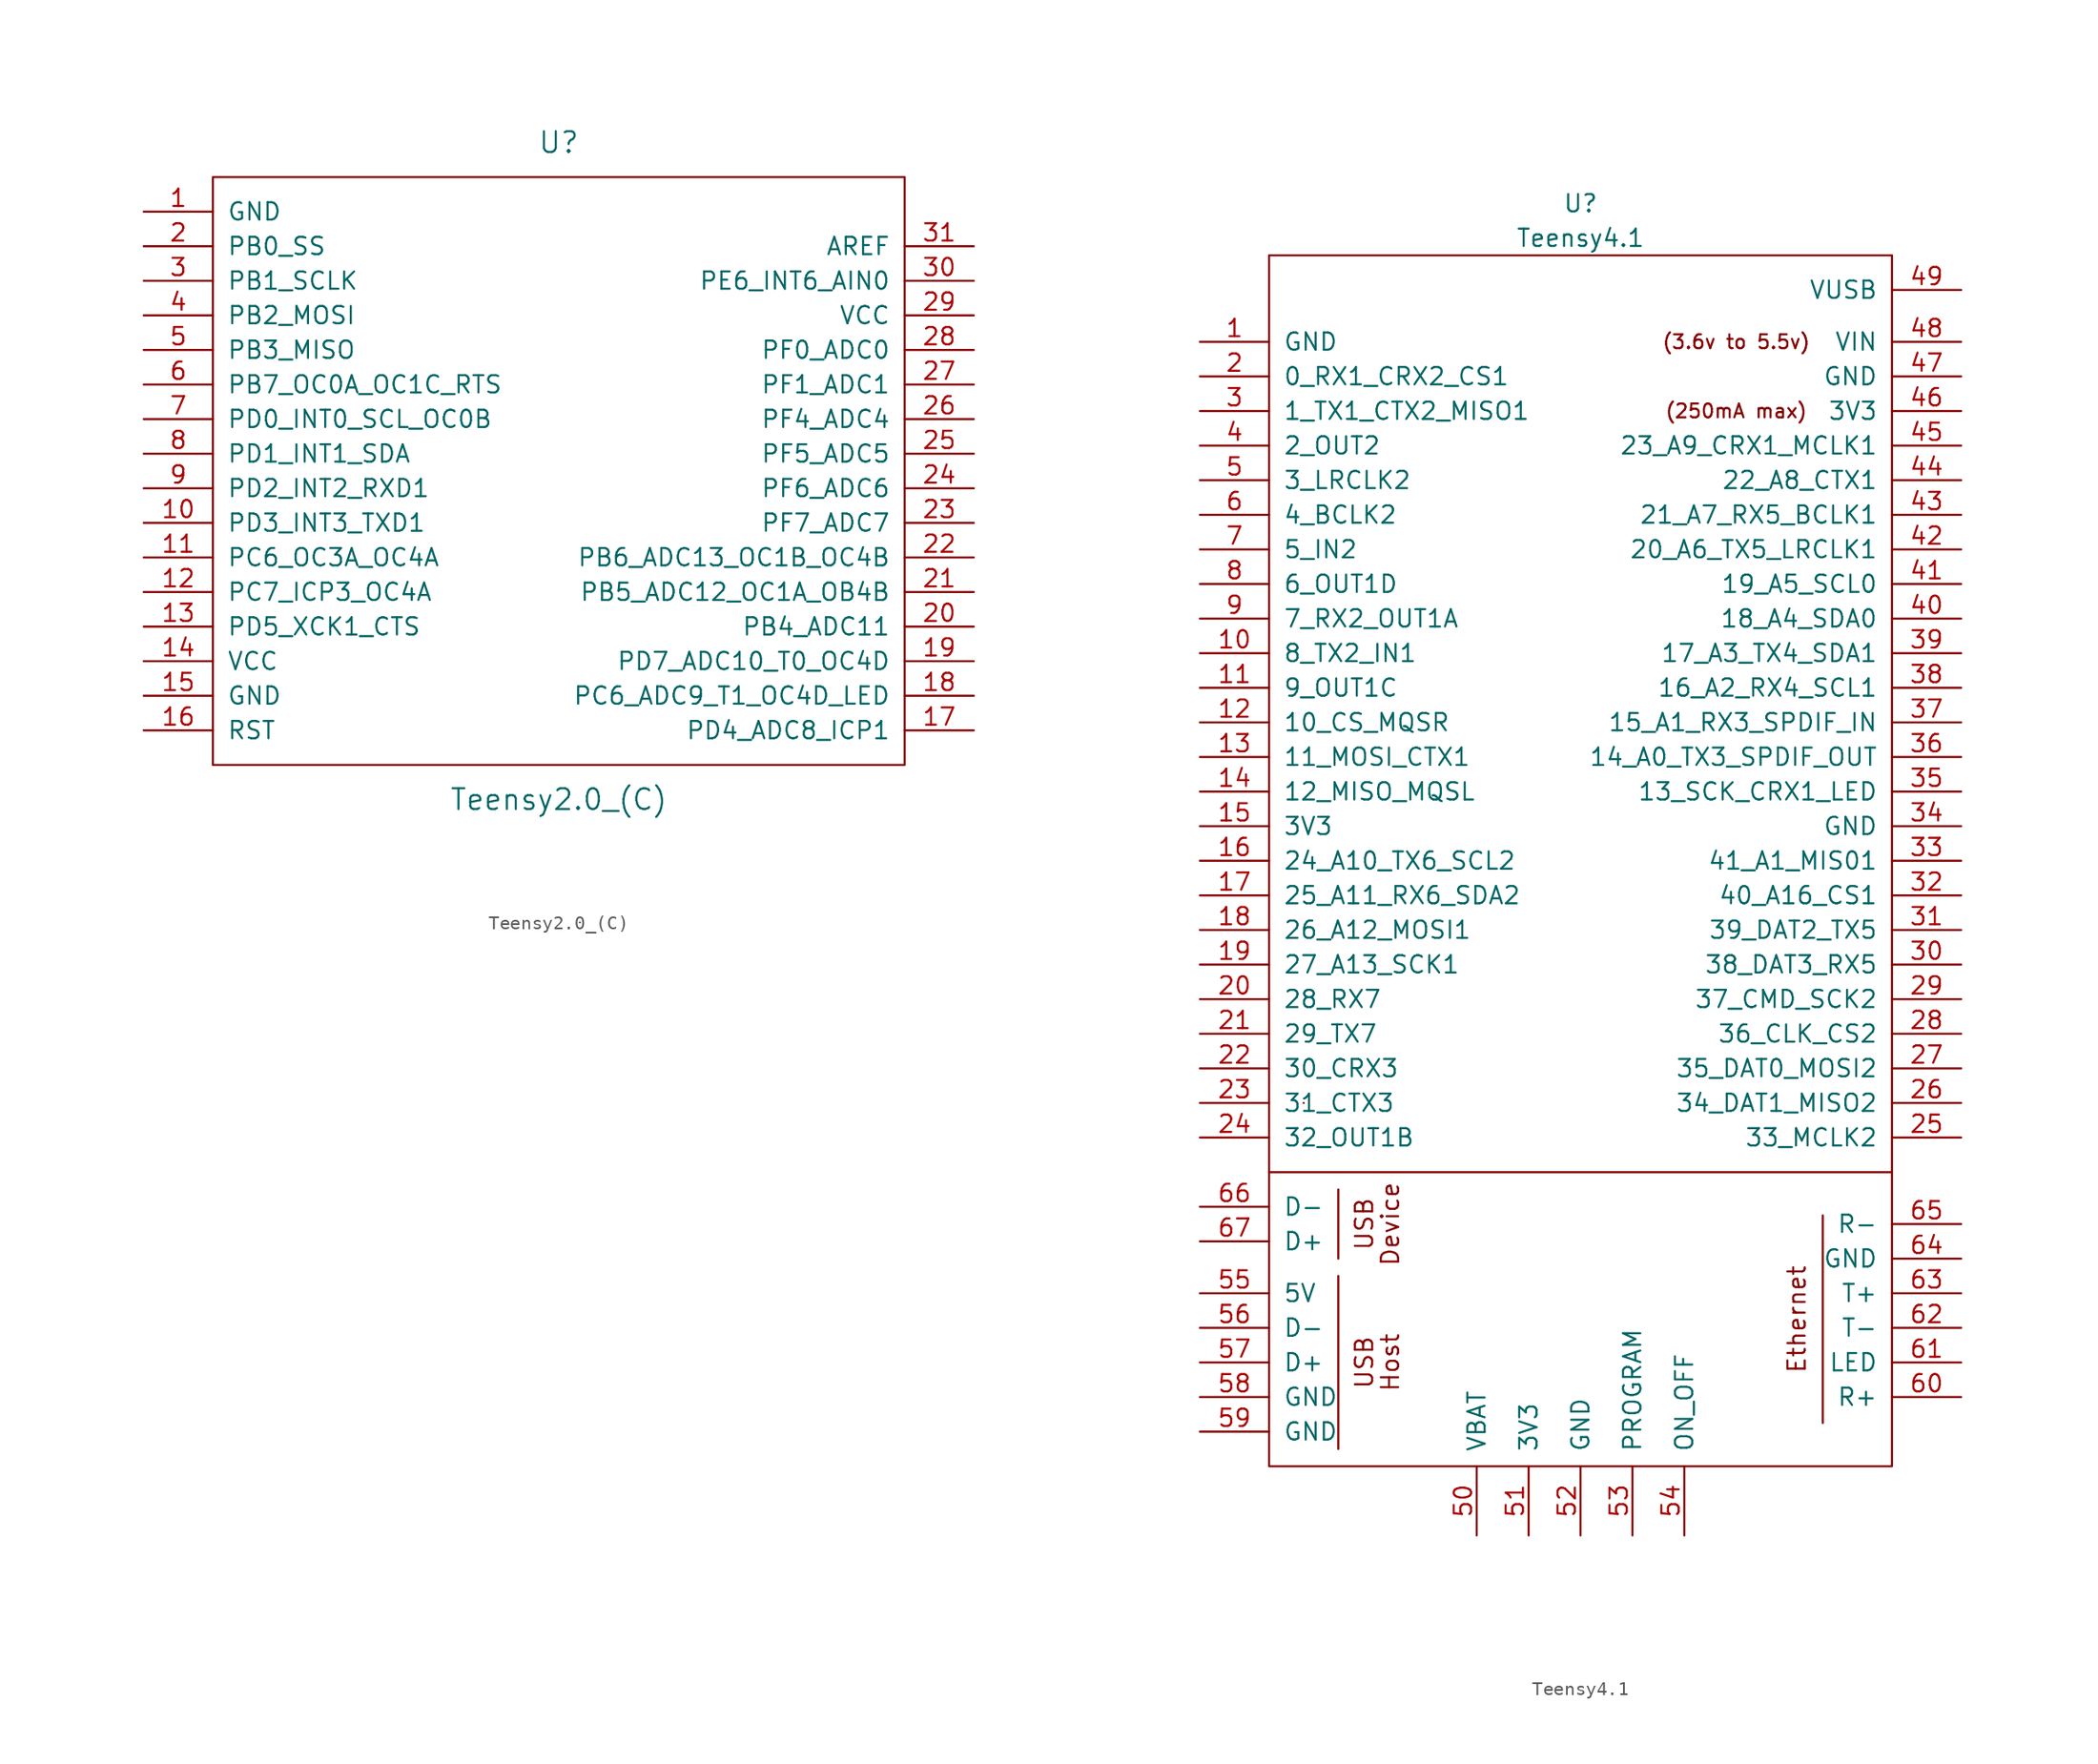
<source format=kicad_sym>
(kicad_symbol_lib
  (version 20211014)
  (generator kicad_symbol_editor)
  (symbol "Teensy2.0_(C)"
    (pin_names
      (offset 1.016))
    (property "Reference" "U"
      (at 0 24.13 0)
      (effects (font (size 1.524 1.524))))
    (property "Value" "Teensy2.0_(C)"
      (at 0 -24.13 0)
      (effects (font (size 1.524 1.524))))
    (property "Footprint" ""
      (at 2.54 -26.67 0)
      (effects (font (size 1.524 1.524))))
    (property "Datasheet" ""
      (at 2.54 -26.67 0)
      (effects (font (size 1.524 1.524))))
    (symbol "Teensy2.0_(C)_0_1"
      (rectangle (start -25.4 21.59) (end 25.4 -21.59) (stroke (width 0) (type default) (color 0 0 0 0)) (fill (type none))))
    (symbol "Teensy2.0_(C)_1_1"
      (pin power_in line (at -30.48 19.05 0) (length 5.08) (name "GND" (effects (font (size 1.27 1.27)))) (number "1" (effects (font (size 1.27 1.27)))))
      (pin bidirectional line (at -30.48 -3.81 0) (length 5.08) (name "PD3_INT3_TXD1" (effects (font (size 1.27 1.27)))) (number "10" (effects (font (size 1.27 1.27)))))
      (pin bidirectional line (at -30.48 -6.35 0) (length 5.08) (name "PC6_OC3A_OC4A" (effects (font (size 1.27 1.27)))) (number "11" (effects (font (size 1.27 1.27)))))
      (pin bidirectional line (at -30.48 -8.89 0) (length 5.08) (name "PC7_ICP3_OC4A" (effects (font (size 1.27 1.27)))) (number "12" (effects (font (size 1.27 1.27)))))
      (pin bidirectional line (at -30.48 -11.43 0) (length 5.08) (name "PD5_XCK1_CTS" (effects (font (size 1.27 1.27)))) (number "13" (effects (font (size 1.27 1.27)))))
      (pin power_in line (at -30.48 -13.97 0) (length 5.08) (name "VCC" (effects (font (size 1.27 1.27)))) (number "14" (effects (font (size 1.27 1.27)))))
      (pin power_in line (at -30.48 -16.51 0) (length 5.08) (name "GND" (effects (font (size 1.27 1.27)))) (number "15" (effects (font (size 1.27 1.27)))))
      (pin input line (at -30.48 -19.05 0) (length 5.08) (name "RST" (effects (font (size 1.27 1.27)))) (number "16" (effects (font (size 1.27 1.27)))))
      (pin bidirectional line (at 30.48 -19.05 180) (length 5.08) (name "PD4_ADC8_ICP1" (effects (font (size 1.27 1.27)))) (number "17" (effects (font (size 1.27 1.27)))))
      (pin bidirectional line (at 30.48 -16.51 180) (length 5.08) (name "PC6_ADC9_T1_OC4D_LED" (effects (font (size 1.27 1.27)))) (number "18" (effects (font (size 1.27 1.27)))))
      (pin bidirectional line (at 30.48 -13.97 180) (length 5.08) (name "PD7_ADC10_T0_OC4D" (effects (font (size 1.27 1.27)))) (number "19" (effects (font (size 1.27 1.27)))))
      (pin bidirectional line (at -30.48 16.51 0) (length 5.08) (name "PB0_SS" (effects (font (size 1.27 1.27)))) (number "2" (effects (font (size 1.27 1.27)))))
      (pin bidirectional line (at 30.48 -11.43 180) (length 5.08) (name "PB4_ADC11" (effects (font (size 1.27 1.27)))) (number "20" (effects (font (size 1.27 1.27)))))
      (pin bidirectional line (at 30.48 -8.89 180) (length 5.08) (name "PB5_ADC12_OC1A_OB4B" (effects (font (size 1.27 1.27)))) (number "21" (effects (font (size 1.27 1.27)))))
      (pin bidirectional line (at 30.48 -6.35 180) (length 5.08) (name "PB6_ADC13_OC1B_OC4B" (effects (font (size 1.27 1.27)))) (number "22" (effects (font (size 1.27 1.27)))))
      (pin bidirectional line (at 30.48 -3.81 180) (length 5.08) (name "PF7_ADC7" (effects (font (size 1.27 1.27)))) (number "23" (effects (font (size 1.27 1.27)))))
      (pin bidirectional line (at 30.48 -1.27 180) (length 5.08) (name "PF6_ADC6" (effects (font (size 1.27 1.27)))) (number "24" (effects (font (size 1.27 1.27)))))
      (pin bidirectional line (at 30.48 1.27 180) (length 5.08) (name "PF5_ADC5" (effects (font (size 1.27 1.27)))) (number "25" (effects (font (size 1.27 1.27)))))
      (pin bidirectional line (at 30.48 3.81 180) (length 5.08) (name "PF4_ADC4" (effects (font (size 1.27 1.27)))) (number "26" (effects (font (size 1.27 1.27)))))
      (pin bidirectional line (at 30.48 6.35 180) (length 5.08) (name "PF1_ADC1" (effects (font (size 1.27 1.27)))) (number "27" (effects (font (size 1.27 1.27)))))
      (pin bidirectional line (at 30.48 8.89 180) (length 5.08) (name "PF0_ADC0" (effects (font (size 1.27 1.27)))) (number "28" (effects (font (size 1.27 1.27)))))
      (pin power_in line (at 30.48 11.43 180) (length 5.08) (name "VCC" (effects (font (size 1.27 1.27)))) (number "29" (effects (font (size 1.27 1.27)))))
      (pin bidirectional line (at -30.48 13.97 0) (length 5.08) (name "PB1_SCLK" (effects (font (size 1.27 1.27)))) (number "3" (effects (font (size 1.27 1.27)))))
      (pin bidirectional line (at 30.48 13.97 180) (length 5.08) (name "PE6_INT6_AIN0" (effects (font (size 1.27 1.27)))) (number "30" (effects (font (size 1.27 1.27)))))
      (pin input line (at 30.48 16.51 180) (length 5.08) (name "AREF" (effects (font (size 1.27 1.27)))) (number "31" (effects (font (size 1.27 1.27)))))
      (pin bidirectional line (at -30.48 11.43 0) (length 5.08) (name "PB2_MOSI" (effects (font (size 1.27 1.27)))) (number "4" (effects (font (size 1.27 1.27)))))
      (pin bidirectional line (at -30.48 8.89 0) (length 5.08) (name "PB3_MISO" (effects (font (size 1.27 1.27)))) (number "5" (effects (font (size 1.27 1.27)))))
      (pin bidirectional line (at -30.48 6.35 0) (length 5.08) (name "PB7_OC0A_OC1C_RTS" (effects (font (size 1.27 1.27)))) (number "6" (effects (font (size 1.27 1.27)))))
      (pin bidirectional line (at -30.48 3.81 0) (length 5.08) (name "PD0_INT0_SCL_OC0B" (effects (font (size 1.27 1.27)))) (number "7" (effects (font (size 1.27 1.27)))))
      (pin bidirectional line (at -30.48 1.27 0) (length 5.08) (name "PD1_INT1_SDA" (effects (font (size 1.27 1.27)))) (number "8" (effects (font (size 1.27 1.27)))))
      (pin bidirectional line (at -30.48 -1.27 0) (length 5.08) (name "PD2_INT2_RXD1" (effects (font (size 1.27 1.27)))) (number "9" (effects (font (size 1.27 1.27)))))))
  (symbol "Teensy4.1"
    (pin_names
      (offset 1.016))
    (property "Reference" "U"
      (at 0 64.77 0)
      (effects (font (size 1.27 1.27))))
    (property "Value" "Teensy4.1"
      (at 0 62.23 0)
      (effects (font (size 1.27 1.27))))
    (symbol "Teensy4.1_0_0"
      (polyline (pts (xy -22.86 -6.35) (xy 22.86 -6.35)) (stroke (width 0) (type default) (color 0 0 0 0)) (fill (type none)))
      (polyline (pts (xy -17.78 -26.67) (xy -17.78 -13.97)) (stroke (width 0) (type default) (color 0 0 0 0)) (fill (type none)))
      (polyline (pts (xy -17.78 -7.62) (xy -17.78 -12.7)) (stroke (width 0) (type default) (color 0 0 0 0)) (fill (type none)))
      (polyline (pts (xy 17.78 -9.525) (xy 17.78 -24.765)) (stroke (width 0) (type default) (color 0 0 0 0)) (fill (type none)))
      (text "(250mA max)" (at 11.43 49.53 0) (effects (font (size 1.016 1.016))))
      (text "(3.6v to 5.5v)" (at 11.43 54.61 0) (effects (font (size 1.016 1.016))))
      (text "Device" (at -13.97 -10.16 900) (effects (font (size 1.27 1.27))))
      (text "Ethernet" (at 15.875 -17.145 900) (effects (font (size 1.27 1.27))))
      (text "Host" (at -13.97 -20.32 900) (effects (font (size 1.27 1.27))))
      (text "USB" (at -15.875 -20.32 900) (effects (font (size 1.27 1.27))))
      (text "USB" (at -15.875 -10.16 900) (effects (font (size 1.27 1.27))))
      (pin bidirectional line (at -27.94 31.75 0) (length 5.08) (name "8_TX2_IN1" (effects (font (size 1.27 1.27)))) (number "10" (effects (font (size 1.27 1.27)))))
      (pin bidirectional line (at -27.94 29.21 0) (length 5.08) (name "9_OUT1C" (effects (font (size 1.27 1.27)))) (number "11" (effects (font (size 1.27 1.27)))))
      (pin bidirectional line (at -27.94 26.67 0) (length 5.08) (name "10_CS_MQSR" (effects (font (size 1.27 1.27)))) (number "12" (effects (font (size 1.27 1.27)))))
      (pin bidirectional line (at -27.94 24.13 0) (length 5.08) (name "11_MOSI_CTX1" (effects (font (size 1.27 1.27)))) (number "13" (effects (font (size 1.27 1.27)))))
      (pin bidirectional line (at -27.94 21.59 0) (length 5.08) (name "12_MISO_MQSL" (effects (font (size 1.27 1.27)))) (number "14" (effects (font (size 1.27 1.27)))))
      (pin power_in line (at -27.94 19.05 0) (length 5.08) (name "3V3" (effects (font (size 1.27 1.27)))) (number "15" (effects (font (size 1.27 1.27)))))
      (pin bidirectional line (at -27.94 16.51 0) (length 5.08) (name "24_A10_TX6_SCL2" (effects (font (size 1.27 1.27)))) (number "16" (effects (font (size 1.27 1.27)))))
      (pin bidirectional line (at -27.94 13.97 0) (length 5.08) (name "25_A11_RX6_SDA2" (effects (font (size 1.27 1.27)))) (number "17" (effects (font (size 1.27 1.27)))))
      (pin bidirectional line (at -27.94 11.43 0) (length 5.08) (name "26_A12_MOSI1" (effects (font (size 1.27 1.27)))) (number "18" (effects (font (size 1.27 1.27)))))
      (pin bidirectional line (at -27.94 8.89 0) (length 5.08) (name "27_A13_SCK1" (effects (font (size 1.27 1.27)))) (number "19" (effects (font (size 1.27 1.27)))))
      (pin bidirectional line (at -27.94 6.35 0) (length 5.08) (name "28_RX7" (effects (font (size 1.27 1.27)))) (number "20" (effects (font (size 1.27 1.27)))))
      (pin bidirectional line (at -27.94 3.81 0) (length 5.08) (name "29_TX7" (effects (font (size 1.27 1.27)))) (number "21" (effects (font (size 1.27 1.27)))))
      (pin bidirectional line (at -27.94 1.27 0) (length 5.08) (name "30_CRX3" (effects (font (size 1.27 1.27)))) (number "22" (effects (font (size 1.27 1.27)))))
      (pin bidirectional line (at -27.94 -1.27 0) (length 5.08) (name "31_CTX3" (effects (font (size 1.27 1.27)))) (number "23" (effects (font (size 1.27 1.27)))))
      (pin bidirectional line (at -27.94 -3.81 0) (length 5.08) (name "32_OUT1B" (effects (font (size 1.27 1.27)))) (number "24" (effects (font (size 1.27 1.27)))))
      (pin bidirectional line (at 27.94 -3.81 180) (length 5.08) (name "33_MCLK2" (effects (font (size 1.27 1.27)))) (number "25" (effects (font (size 1.27 1.27)))))
      (pin bidirectional line (at 27.94 -1.27 180) (length 5.08) (name "34_DAT1_MISO2" (effects (font (size 1.27 1.27)))) (number "26" (effects (font (size 1.27 1.27)))))
      (pin bidirectional line (at 27.94 1.27 180) (length 5.08) (name "35_DAT0_MOSI2" (effects (font (size 1.27 1.27)))) (number "27" (effects (font (size 1.27 1.27)))))
      (pin bidirectional line (at 27.94 3.81 180) (length 5.08) (name "36_CLK_CS2" (effects (font (size 1.27 1.27)))) (number "28" (effects (font (size 1.27 1.27)))))
      (pin bidirectional line (at 27.94 6.35 180) (length 5.08) (name "37_CMD_SCK2" (effects (font (size 1.27 1.27)))) (number "29" (effects (font (size 1.27 1.27)))))
      (pin bidirectional line (at 27.94 8.89 180) (length 5.08) (name "38_DAT3_RX5" (effects (font (size 1.27 1.27)))) (number "30" (effects (font (size 1.27 1.27)))))
      (pin bidirectional line (at 27.94 11.43 180) (length 5.08) (name "39_DAT2_TX5" (effects (font (size 1.27 1.27)))) (number "31" (effects (font (size 1.27 1.27)))))
      (pin bidirectional line (at 27.94 13.97 180) (length 5.08) (name "40_A16_CS1" (effects (font (size 1.27 1.27)))) (number "32" (effects (font (size 1.27 1.27)))))
      (pin bidirectional line (at 27.94 16.51 180) (length 5.08) (name "41_A1_MIS01" (effects (font (size 1.27 1.27)))) (number "33" (effects (font (size 1.27 1.27)))))
      (pin bidirectional line (at 27.94 21.59 180) (length 5.08) (name "13_SCK_CRX1_LED" (effects (font (size 1.27 1.27)))) (number "35" (effects (font (size 1.27 1.27)))))
      (pin bidirectional line (at 27.94 24.13 180) (length 5.08) (name "14_A0_TX3_SPDIF_OUT" (effects (font (size 1.27 1.27)))) (number "36" (effects (font (size 1.27 1.27)))))
      (pin bidirectional line (at 27.94 26.67 180) (length 5.08) (name "15_A1_RX3_SPDIF_IN" (effects (font (size 1.27 1.27)))) (number "37" (effects (font (size 1.27 1.27)))))
      (pin bidirectional line (at 27.94 29.21 180) (length 5.08) (name "16_A2_RX4_SCL1" (effects (font (size 1.27 1.27)))) (number "38" (effects (font (size 1.27 1.27)))))
      (pin bidirectional line (at 27.94 31.75 180) (length 5.08) (name "17_A3_TX4_SDA1" (effects (font (size 1.27 1.27)))) (number "39" (effects (font (size 1.27 1.27)))))
      (pin bidirectional line (at 27.94 34.29 180) (length 5.08) (name "18_A4_SDA0" (effects (font (size 1.27 1.27)))) (number "40" (effects (font (size 1.27 1.27)))))
      (pin bidirectional line (at 27.94 36.83 180) (length 5.08) (name "19_A5_SCL0" (effects (font (size 1.27 1.27)))) (number "41" (effects (font (size 1.27 1.27)))))
      (pin bidirectional line (at 27.94 39.37 180) (length 5.08) (name "20_A6_TX5_LRCLK1" (effects (font (size 1.27 1.27)))) (number "42" (effects (font (size 1.27 1.27)))))
      (pin bidirectional line (at 27.94 41.91 180) (length 5.08) (name "21_A7_RX5_BCLK1" (effects (font (size 1.27 1.27)))) (number "43" (effects (font (size 1.27 1.27)))))
      (pin bidirectional line (at 27.94 44.45 180) (length 5.08) (name "22_A8_CTX1" (effects (font (size 1.27 1.27)))) (number "44" (effects (font (size 1.27 1.27)))))
      (pin bidirectional line (at 27.94 46.99 180) (length 5.08) (name "23_A9_CRX1_MCLK1" (effects (font (size 1.27 1.27)))) (number "45" (effects (font (size 1.27 1.27)))))
      (pin power_in line (at 27.94 49.53 180) (length 5.08) (name "3V3" (effects (font (size 1.27 1.27)))) (number "46" (effects (font (size 1.27 1.27)))))
      (pin power_in line (at 27.94 52.07 180) (length 5.08) (name "GND" (effects (font (size 1.27 1.27)))) (number "47" (effects (font (size 1.27 1.27)))))
      (pin power_in line (at 27.94 54.61 180) (length 5.08) (name "VIN" (effects (font (size 1.27 1.27)))) (number "48" (effects (font (size 1.27 1.27)))))
      (pin power_out line (at 27.94 58.42 180) (length 5.08) (name "VUSB" (effects (font (size 1.27 1.27)))) (number "49" (effects (font (size 1.27 1.27)))))
      (pin bidirectional line (at -27.94 44.45 0) (length 5.08) (name "3_LRCLK2" (effects (font (size 1.27 1.27)))) (number "5" (effects (font (size 1.27 1.27)))))
      (pin power_in line (at -7.62 -33.02 90) (length 5.08) (name "VBAT" (effects (font (size 1.27 1.27)))) (number "50" (effects (font (size 1.27 1.27)))))
      (pin power_in line (at -3.81 -33.02 90) (length 5.08) (name "3V3" (effects (font (size 1.27 1.27)))) (number "51" (effects (font (size 1.27 1.27)))))
      (pin power_out line (at 0 -33.02 90) (length 5.08) (name "GND" (effects (font (size 1.27 1.27)))) (number "52" (effects (font (size 1.27 1.27)))))
      (pin input line (at 3.81 -33.02 90) (length 5.08) (name "PROGRAM" (effects (font (size 1.27 1.27)))) (number "53" (effects (font (size 1.27 1.27)))))
      (pin input line (at 7.62 -33.02 90) (length 5.08) (name "ON_OFF" (effects (font (size 1.27 1.27)))) (number "54" (effects (font (size 1.27 1.27)))))
      (pin power_out line (at -27.94 -15.24 0) (length 5.08) (name "5V" (effects (font (size 1.27 1.27)))) (number "55" (effects (font (size 1.27 1.27)))))
      (pin bidirectional line (at -27.94 -17.78 0) (length 5.08) (name "D-" (effects (font (size 1.27 1.27)))) (number "56" (effects (font (size 1.27 1.27)))))
      (pin bidirectional line (at -27.94 -20.32 0) (length 5.08) (name "D+" (effects (font (size 1.27 1.27)))) (number "57" (effects (font (size 1.27 1.27)))))
      (pin power_in line (at -27.94 -22.86 0) (length 5.08) (name "GND" (effects (font (size 1.27 1.27)))) (number "58" (effects (font (size 1.27 1.27)))))
      (pin power_in line (at -27.94 -25.4 0) (length 5.08) (name "GND" (effects (font (size 1.27 1.27)))) (number "59" (effects (font (size 1.27 1.27)))))
      (pin bidirectional line (at -27.94 41.91 0) (length 5.08) (name "4_BCLK2" (effects (font (size 1.27 1.27)))) (number "6" (effects (font (size 1.27 1.27)))))
      (pin bidirectional line (at 27.94 -22.86 180) (length 5.08) (name "R+" (effects (font (size 1.27 1.27)))) (number "60" (effects (font (size 1.27 1.27)))))
      (pin bidirectional line (at 27.94 -20.32 180) (length 5.08) (name "LED" (effects (font (size 1.27 1.27)))) (number "61" (effects (font (size 1.27 1.27)))))
      (pin bidirectional line (at 27.94 -17.78 180) (length 5.08) (name "T-" (effects (font (size 1.27 1.27)))) (number "62" (effects (font (size 1.27 1.27)))))
      (pin bidirectional line (at 27.94 -15.24 180) (length 5.08) (name "T+" (effects (font (size 1.27 1.27)))) (number "63" (effects (font (size 1.27 1.27)))))
      (pin power_in line (at 27.94 -12.7 180) (length 5.08) (name "GND" (effects (font (size 1.27 1.27)))) (number "64" (effects (font (size 1.27 1.27)))))
      (pin bidirectional line (at 27.94 -10.16 180) (length 5.08) (name "R-" (effects (font (size 1.27 1.27)))) (number "65" (effects (font (size 1.27 1.27)))))
      (pin bidirectional line (at -27.94 -8.89 0) (length 5.08) (name "D-" (effects (font (size 1.27 1.27)))) (number "66" (effects (font (size 1.27 1.27)))))
      (pin bidirectional line (at -27.94 -11.43 0) (length 5.08) (name "D+" (effects (font (size 1.27 1.27)))) (number "67" (effects (font (size 1.27 1.27)))))
      (pin bidirectional line (at -27.94 39.37 0) (length 5.08) (name "5_IN2" (effects (font (size 1.27 1.27)))) (number "7" (effects (font (size 1.27 1.27)))))
      (pin bidirectional line (at -27.94 36.83 0) (length 5.08) (name "6_OUT1D" (effects (font (size 1.27 1.27)))) (number "8" (effects (font (size 1.27 1.27)))))
      (pin bidirectional line (at -27.94 34.29 0) (length 5.08) (name "7_RX2_OUT1A" (effects (font (size 1.27 1.27)))) (number "9" (effects (font (size 1.27 1.27))))))
    (symbol "Teensy4.1_0_1"
      (rectangle (start -22.86 60.96) (end 22.86 -27.94) (stroke (width 0) (type default) (color 0 0 0 0)) (fill (type none)))
      (rectangle (start -20.32 -1.27) (end -20.32 -1.27) (stroke (width 0) (type default) (color 0 0 0 0)) (fill (type none))))
    (symbol "Teensy4.1_1_1"
      (pin power_in line (at -27.94 54.61 0) (length 5.08) (name "GND" (effects (font (size 1.27 1.27)))) (number "1" (effects (font (size 1.27 1.27)))))
      (pin bidirectional line (at -27.94 52.07 0) (length 5.08) (name "0_RX1_CRX2_CS1" (effects (font (size 1.27 1.27)))) (number "2" (effects (font (size 1.27 1.27)))))
      (pin bidirectional line (at -27.94 49.53 0) (length 5.08) (name "1_TX1_CTX2_MISO1" (effects (font (size 1.27 1.27)))) (number "3" (effects (font (size 1.27 1.27)))))
      (pin power_in line (at 27.94 19.05 180) (length 5.08) (name "GND" (effects (font (size 1.27 1.27)))) (number "34" (effects (font (size 1.27 1.27)))))
      (pin bidirectional line (at -27.94 46.99 0) (length 5.08) (name "2_OUT2" (effects (font (size 1.27 1.27)))) (number "4" (effects (font (size 1.27 1.27))))))))
</source>
